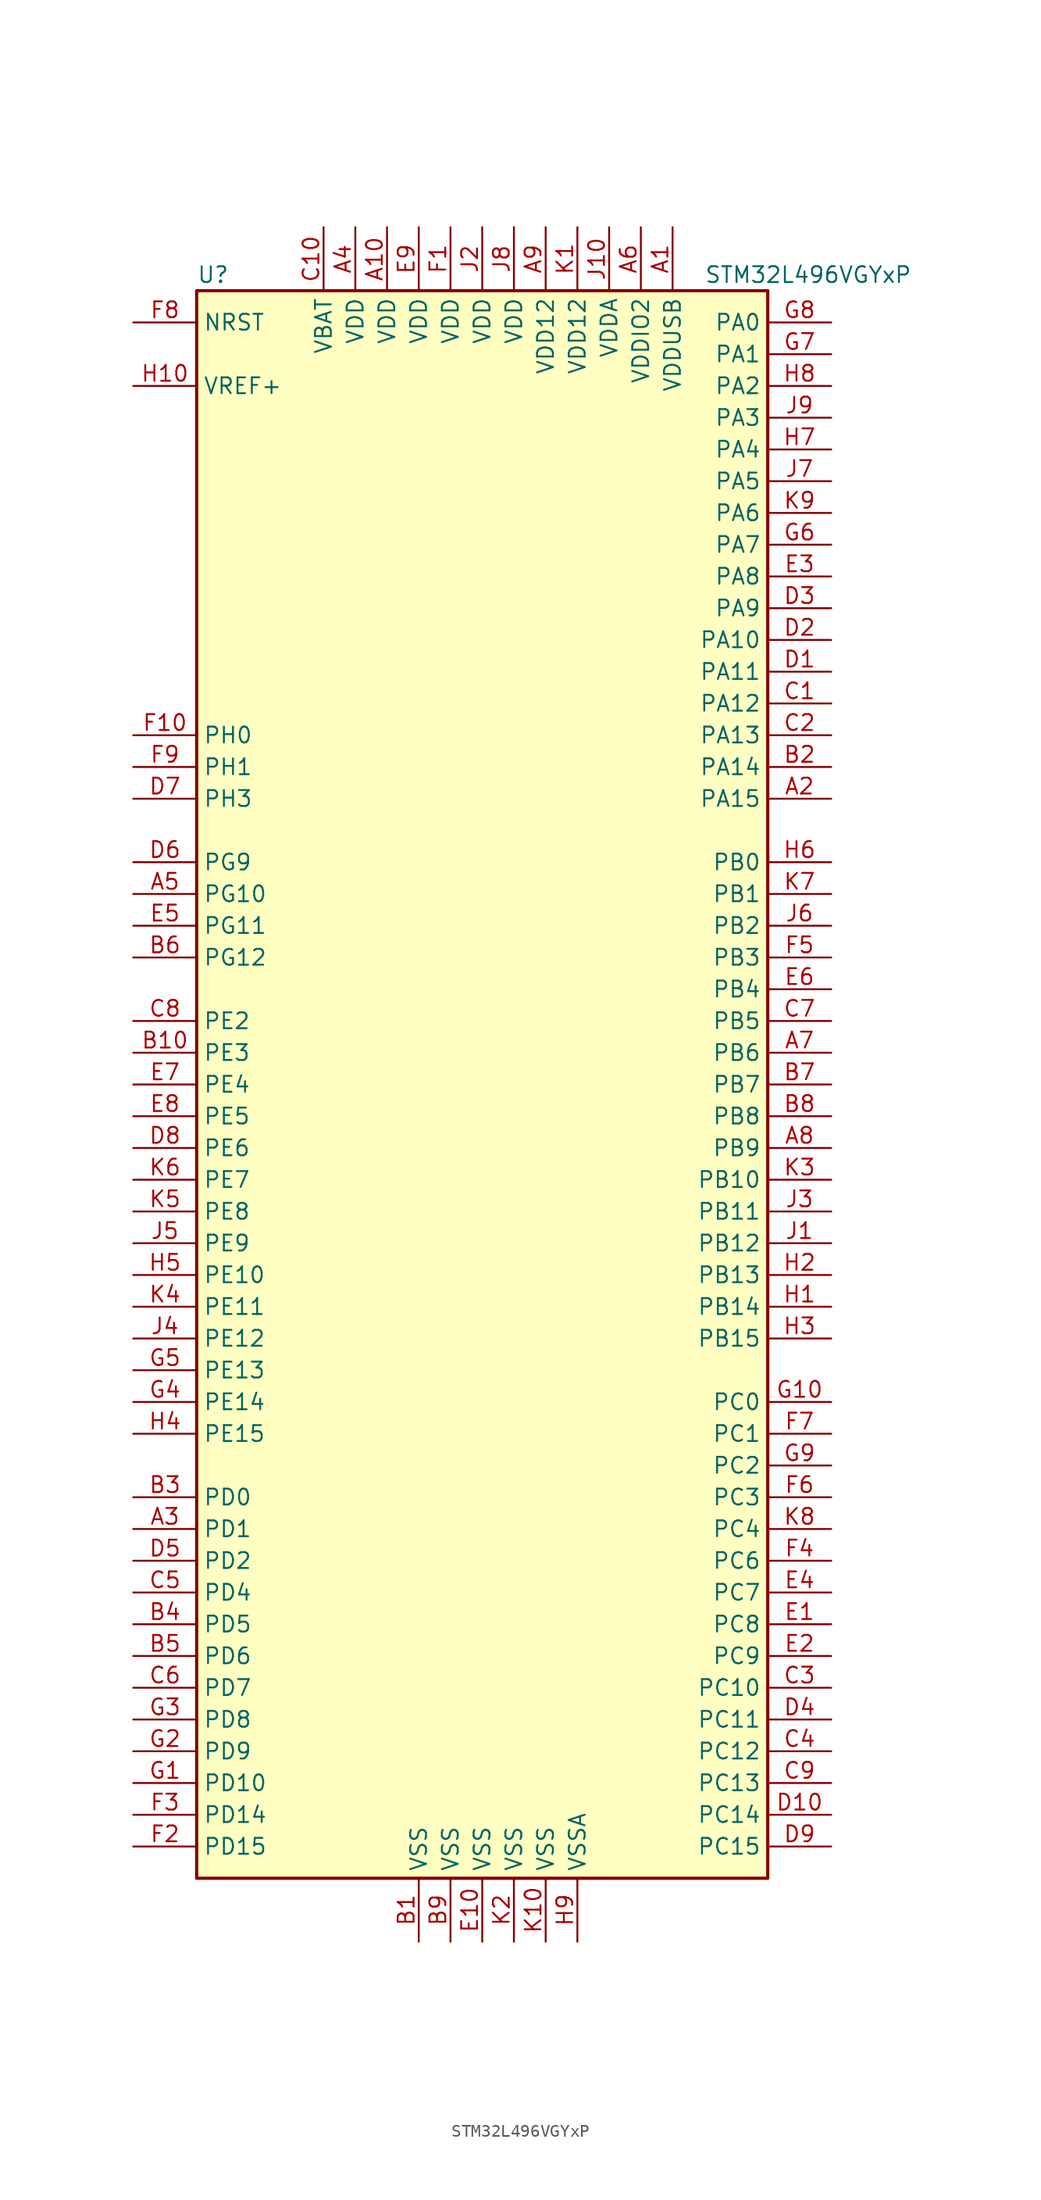
<source format=kicad_sym>
(kicad_symbol_lib
  (version 20201005)
  (generator kicad_symbol_editor)
  (symbol "STM32L496VGYxP"
    (property "Reference" "U"
      (at -22.86 64.77 0)
      (effects (font (size 1.27 1.27)) (justify left)))
    (property "Value" "STM32L496VGYxP"
      (at 17.78 64.77 0)
      (effects (font (size 1.27 1.27)) (justify left)))
    (symbol "STM32L496VGYxP_0_1"
      (rectangle (start -22.86 -63.5) (end 22.86 63.5) (stroke (width 0.254)) (fill (type background))))
    (symbol "STM32L496VGYxP_1_1"
      (pin power_in line (at 15.24 68.58 270) (length 5.08) (name "VDDUSB" (effects (font (size 1.27 1.27)))) (number "A1" (effects (font (size 1.27 1.27)))))
      (pin power_in line (at -7.62 68.58 270) (length 5.08) (name "VDD" (effects (font (size 1.27 1.27)))) (number "A10" (effects (font (size 1.27 1.27)))))
      (pin bidirectional line (at 27.94 22.86 180) (length 5.08) (name "PA15" (effects (font (size 1.27 1.27)))) (number "A2" (effects (font (size 1.27 1.27)))))
      (pin bidirectional line (at -27.94 -35.56 0) (length 5.08) (name "PD1" (effects (font (size 1.27 1.27)))) (number "A3" (effects (font (size 1.27 1.27)))))
      (pin power_in line (at -10.16 68.58 270) (length 5.08) (name "VDD" (effects (font (size 1.27 1.27)))) (number "A4" (effects (font (size 1.27 1.27)))))
      (pin bidirectional line (at -27.94 15.24 0) (length 5.08) (name "PG10" (effects (font (size 1.27 1.27)))) (number "A5" (effects (font (size 1.27 1.27)))))
      (pin power_in line (at 12.7 68.58 270) (length 5.08) (name "VDDIO2" (effects (font (size 1.27 1.27)))) (number "A6" (effects (font (size 1.27 1.27)))))
      (pin bidirectional line (at 27.94 2.54 180) (length 5.08) (name "PB6" (effects (font (size 1.27 1.27)))) (number "A7" (effects (font (size 1.27 1.27)))))
      (pin bidirectional line (at 27.94 -5.08 180) (length 5.08) (name "PB9" (effects (font (size 1.27 1.27)))) (number "A8" (effects (font (size 1.27 1.27)))))
      (pin power_in line (at 5.08 68.58 270) (length 5.08) (name "VDD12" (effects (font (size 1.27 1.27)))) (number "A9" (effects (font (size 1.27 1.27)))))
      (pin power_in line (at -5.08 -68.58 90) (length 5.08) (name "VSS" (effects (font (size 1.27 1.27)))) (number "B1" (effects (font (size 1.27 1.27)))))
      (pin bidirectional line (at -27.94 2.54 0) (length 5.08) (name "PE3" (effects (font (size 1.27 1.27)))) (number "B10" (effects (font (size 1.27 1.27)))))
      (pin bidirectional line (at 27.94 25.4 180) (length 5.08) (name "PA14" (effects (font (size 1.27 1.27)))) (number "B2" (effects (font (size 1.27 1.27)))))
      (pin bidirectional line (at -27.94 -33.02 0) (length 5.08) (name "PD0" (effects (font (size 1.27 1.27)))) (number "B3" (effects (font (size 1.27 1.27)))))
      (pin bidirectional line (at -27.94 -43.18 0) (length 5.08) (name "PD5" (effects (font (size 1.27 1.27)))) (number "B4" (effects (font (size 1.27 1.27)))))
      (pin bidirectional line (at -27.94 -45.72 0) (length 5.08) (name "PD6" (effects (font (size 1.27 1.27)))) (number "B5" (effects (font (size 1.27 1.27)))))
      (pin bidirectional line (at -27.94 10.16 0) (length 5.08) (name "PG12" (effects (font (size 1.27 1.27)))) (number "B6" (effects (font (size 1.27 1.27)))))
      (pin bidirectional line (at 27.94 0 180) (length 5.08) (name "PB7" (effects (font (size 1.27 1.27)))) (number "B7" (effects (font (size 1.27 1.27)))))
      (pin bidirectional line (at 27.94 -2.54 180) (length 5.08) (name "PB8" (effects (font (size 1.27 1.27)))) (number "B8" (effects (font (size 1.27 1.27)))))
      (pin power_in line (at -2.54 -68.58 90) (length 5.08) (name "VSS" (effects (font (size 1.27 1.27)))) (number "B9" (effects (font (size 1.27 1.27)))))
      (pin bidirectional line (at 27.94 30.48 180) (length 5.08) (name "PA12" (effects (font (size 1.27 1.27)))) (number "C1" (effects (font (size 1.27 1.27)))))
      (pin power_in line (at -12.7 68.58 270) (length 5.08) (name "VBAT" (effects (font (size 1.27 1.27)))) (number "C10" (effects (font (size 1.27 1.27)))))
      (pin bidirectional line (at 27.94 27.94 180) (length 5.08) (name "PA13" (effects (font (size 1.27 1.27)))) (number "C2" (effects (font (size 1.27 1.27)))))
      (pin bidirectional line (at 27.94 -48.26 180) (length 5.08) (name "PC10" (effects (font (size 1.27 1.27)))) (number "C3" (effects (font (size 1.27 1.27)))))
      (pin bidirectional line (at 27.94 -53.34 180) (length 5.08) (name "PC12" (effects (font (size 1.27 1.27)))) (number "C4" (effects (font (size 1.27 1.27)))))
      (pin bidirectional line (at -27.94 -40.64 0) (length 5.08) (name "PD4" (effects (font (size 1.27 1.27)))) (number "C5" (effects (font (size 1.27 1.27)))))
      (pin bidirectional line (at -27.94 -48.26 0) (length 5.08) (name "PD7" (effects (font (size 1.27 1.27)))) (number "C6" (effects (font (size 1.27 1.27)))))
      (pin bidirectional line (at 27.94 5.08 180) (length 5.08) (name "PB5" (effects (font (size 1.27 1.27)))) (number "C7" (effects (font (size 1.27 1.27)))))
      (pin bidirectional line (at -27.94 5.08 0) (length 5.08) (name "PE2" (effects (font (size 1.27 1.27)))) (number "C8" (effects (font (size 1.27 1.27)))))
      (pin bidirectional line (at 27.94 -55.88 180) (length 5.08) (name "PC13" (effects (font (size 1.27 1.27)))) (number "C9" (effects (font (size 1.27 1.27)))))
      (pin bidirectional line (at 27.94 33.02 180) (length 5.08) (name "PA11" (effects (font (size 1.27 1.27)))) (number "D1" (effects (font (size 1.27 1.27)))))
      (pin bidirectional line (at 27.94 -58.42 180) (length 5.08) (name "PC14" (effects (font (size 1.27 1.27)))) (number "D10" (effects (font (size 1.27 1.27)))))
      (pin bidirectional line (at 27.94 35.56 180) (length 5.08) (name "PA10" (effects (font (size 1.27 1.27)))) (number "D2" (effects (font (size 1.27 1.27)))))
      (pin bidirectional line (at 27.94 38.1 180) (length 5.08) (name "PA9" (effects (font (size 1.27 1.27)))) (number "D3" (effects (font (size 1.27 1.27)))))
      (pin bidirectional line (at 27.94 -50.8 180) (length 5.08) (name "PC11" (effects (font (size 1.27 1.27)))) (number "D4" (effects (font (size 1.27 1.27)))))
      (pin bidirectional line (at -27.94 -38.1 0) (length 5.08) (name "PD2" (effects (font (size 1.27 1.27)))) (number "D5" (effects (font (size 1.27 1.27)))))
      (pin bidirectional line (at -27.94 17.78 0) (length 5.08) (name "PG9" (effects (font (size 1.27 1.27)))) (number "D6" (effects (font (size 1.27 1.27)))))
      (pin bidirectional line (at -27.94 22.86 0) (length 5.08) (name "PH3" (effects (font (size 1.27 1.27)))) (number "D7" (effects (font (size 1.27 1.27)))))
      (pin bidirectional line (at -27.94 -5.08 0) (length 5.08) (name "PE6" (effects (font (size 1.27 1.27)))) (number "D8" (effects (font (size 1.27 1.27)))))
      (pin bidirectional line (at 27.94 -60.96 180) (length 5.08) (name "PC15" (effects (font (size 1.27 1.27)))) (number "D9" (effects (font (size 1.27 1.27)))))
      (pin bidirectional line (at 27.94 -43.18 180) (length 5.08) (name "PC8" (effects (font (size 1.27 1.27)))) (number "E1" (effects (font (size 1.27 1.27)))))
      (pin power_in line (at 0 -68.58 90) (length 5.08) (name "VSS" (effects (font (size 1.27 1.27)))) (number "E10" (effects (font (size 1.27 1.27)))))
      (pin bidirectional line (at 27.94 -45.72 180) (length 5.08) (name "PC9" (effects (font (size 1.27 1.27)))) (number "E2" (effects (font (size 1.27 1.27)))))
      (pin bidirectional line (at 27.94 40.64 180) (length 5.08) (name "PA8" (effects (font (size 1.27 1.27)))) (number "E3" (effects (font (size 1.27 1.27)))))
      (pin bidirectional line (at 27.94 -40.64 180) (length 5.08) (name "PC7" (effects (font (size 1.27 1.27)))) (number "E4" (effects (font (size 1.27 1.27)))))
      (pin bidirectional line (at -27.94 12.7 0) (length 5.08) (name "PG11" (effects (font (size 1.27 1.27)))) (number "E5" (effects (font (size 1.27 1.27)))))
      (pin bidirectional line (at 27.94 7.62 180) (length 5.08) (name "PB4" (effects (font (size 1.27 1.27)))) (number "E6" (effects (font (size 1.27 1.27)))))
      (pin bidirectional line (at -27.94 0 0) (length 5.08) (name "PE4" (effects (font (size 1.27 1.27)))) (number "E7" (effects (font (size 1.27 1.27)))))
      (pin bidirectional line (at -27.94 -2.54 0) (length 5.08) (name "PE5" (effects (font (size 1.27 1.27)))) (number "E8" (effects (font (size 1.27 1.27)))))
      (pin power_in line (at -5.08 68.58 270) (length 5.08) (name "VDD" (effects (font (size 1.27 1.27)))) (number "E9" (effects (font (size 1.27 1.27)))))
      (pin power_in line (at -2.54 68.58 270) (length 5.08) (name "VDD" (effects (font (size 1.27 1.27)))) (number "F1" (effects (font (size 1.27 1.27)))))
      (pin input line (at -27.94 27.94 0) (length 5.08) (name "PH0" (effects (font (size 1.27 1.27)))) (number "F10" (effects (font (size 1.27 1.27)))))
      (pin bidirectional line (at -27.94 -60.96 0) (length 5.08) (name "PD15" (effects (font (size 1.27 1.27)))) (number "F2" (effects (font (size 1.27 1.27)))))
      (pin bidirectional line (at -27.94 -58.42 0) (length 5.08) (name "PD14" (effects (font (size 1.27 1.27)))) (number "F3" (effects (font (size 1.27 1.27)))))
      (pin bidirectional line (at 27.94 -38.1 180) (length 5.08) (name "PC6" (effects (font (size 1.27 1.27)))) (number "F4" (effects (font (size 1.27 1.27)))))
      (pin bidirectional line (at 27.94 10.16 180) (length 5.08) (name "PB3" (effects (font (size 1.27 1.27)))) (number "F5" (effects (font (size 1.27 1.27)))))
      (pin bidirectional line (at 27.94 -33.02 180) (length 5.08) (name "PC3" (effects (font (size 1.27 1.27)))) (number "F6" (effects (font (size 1.27 1.27)))))
      (pin bidirectional line (at 27.94 -27.94 180) (length 5.08) (name "PC1" (effects (font (size 1.27 1.27)))) (number "F7" (effects (font (size 1.27 1.27)))))
      (pin input line (at -27.94 60.96 0) (length 5.08) (name "NRST" (effects (font (size 1.27 1.27)))) (number "F8" (effects (font (size 1.27 1.27)))))
      (pin input line (at -27.94 25.4 0) (length 5.08) (name "PH1" (effects (font (size 1.27 1.27)))) (number "F9" (effects (font (size 1.27 1.27)))))
      (pin bidirectional line (at -27.94 -55.88 0) (length 5.08) (name "PD10" (effects (font (size 1.27 1.27)))) (number "G1" (effects (font (size 1.27 1.27)))))
      (pin bidirectional line (at 27.94 -25.4 180) (length 5.08) (name "PC0" (effects (font (size 1.27 1.27)))) (number "G10" (effects (font (size 1.27 1.27)))))
      (pin bidirectional line (at -27.94 -53.34 0) (length 5.08) (name "PD9" (effects (font (size 1.27 1.27)))) (number "G2" (effects (font (size 1.27 1.27)))))
      (pin bidirectional line (at -27.94 -50.8 0) (length 5.08) (name "PD8" (effects (font (size 1.27 1.27)))) (number "G3" (effects (font (size 1.27 1.27)))))
      (pin bidirectional line (at -27.94 -25.4 0) (length 5.08) (name "PE14" (effects (font (size 1.27 1.27)))) (number "G4" (effects (font (size 1.27 1.27)))))
      (pin bidirectional line (at -27.94 -22.86 0) (length 5.08) (name "PE13" (effects (font (size 1.27 1.27)))) (number "G5" (effects (font (size 1.27 1.27)))))
      (pin bidirectional line (at 27.94 43.18 180) (length 5.08) (name "PA7" (effects (font (size 1.27 1.27)))) (number "G6" (effects (font (size 1.27 1.27)))))
      (pin bidirectional line (at 27.94 58.42 180) (length 5.08) (name "PA1" (effects (font (size 1.27 1.27)))) (number "G7" (effects (font (size 1.27 1.27)))))
      (pin bidirectional line (at 27.94 60.96 180) (length 5.08) (name "PA0" (effects (font (size 1.27 1.27)))) (number "G8" (effects (font (size 1.27 1.27)))))
      (pin bidirectional line (at 27.94 -30.48 180) (length 5.08) (name "PC2" (effects (font (size 1.27 1.27)))) (number "G9" (effects (font (size 1.27 1.27)))))
      (pin bidirectional line (at 27.94 -17.78 180) (length 5.08) (name "PB14" (effects (font (size 1.27 1.27)))) (number "H1" (effects (font (size 1.27 1.27)))))
      (pin bidirectional line (at -27.94 55.88 0) (length 5.08) (name "VREF+" (effects (font (size 1.27 1.27)))) (number "H10" (effects (font (size 1.27 1.27)))))
      (pin bidirectional line (at 27.94 -15.24 180) (length 5.08) (name "PB13" (effects (font (size 1.27 1.27)))) (number "H2" (effects (font (size 1.27 1.27)))))
      (pin bidirectional line (at 27.94 -20.32 180) (length 5.08) (name "PB15" (effects (font (size 1.27 1.27)))) (number "H3" (effects (font (size 1.27 1.27)))))
      (pin bidirectional line (at -27.94 -27.94 0) (length 5.08) (name "PE15" (effects (font (size 1.27 1.27)))) (number "H4" (effects (font (size 1.27 1.27)))))
      (pin bidirectional line (at -27.94 -15.24 0) (length 5.08) (name "PE10" (effects (font (size 1.27 1.27)))) (number "H5" (effects (font (size 1.27 1.27)))))
      (pin bidirectional line (at 27.94 17.78 180) (length 5.08) (name "PB0" (effects (font (size 1.27 1.27)))) (number "H6" (effects (font (size 1.27 1.27)))))
      (pin bidirectional line (at 27.94 50.8 180) (length 5.08) (name "PA4" (effects (font (size 1.27 1.27)))) (number "H7" (effects (font (size 1.27 1.27)))))
      (pin bidirectional line (at 27.94 55.88 180) (length 5.08) (name "PA2" (effects (font (size 1.27 1.27)))) (number "H8" (effects (font (size 1.27 1.27)))))
      (pin power_in line (at 7.62 -68.58 90) (length 5.08) (name "VSSA" (effects (font (size 1.27 1.27)))) (number "H9" (effects (font (size 1.27 1.27)))))
      (pin bidirectional line (at 27.94 -12.7 180) (length 5.08) (name "PB12" (effects (font (size 1.27 1.27)))) (number "J1" (effects (font (size 1.27 1.27)))))
      (pin power_in line (at 10.16 68.58 270) (length 5.08) (name "VDDA" (effects (font (size 1.27 1.27)))) (number "J10" (effects (font (size 1.27 1.27)))))
      (pin power_in line (at 0 68.58 270) (length 5.08) (name "VDD" (effects (font (size 1.27 1.27)))) (number "J2" (effects (font (size 1.27 1.27)))))
      (pin bidirectional line (at 27.94 -10.16 180) (length 5.08) (name "PB11" (effects (font (size 1.27 1.27)))) (number "J3" (effects (font (size 1.27 1.27)))))
      (pin bidirectional line (at -27.94 -20.32 0) (length 5.08) (name "PE12" (effects (font (size 1.27 1.27)))) (number "J4" (effects (font (size 1.27 1.27)))))
      (pin bidirectional line (at -27.94 -12.7 0) (length 5.08) (name "PE9" (effects (font (size 1.27 1.27)))) (number "J5" (effects (font (size 1.27 1.27)))))
      (pin bidirectional line (at 27.94 12.7 180) (length 5.08) (name "PB2" (effects (font (size 1.27 1.27)))) (number "J6" (effects (font (size 1.27 1.27)))))
      (pin bidirectional line (at 27.94 48.26 180) (length 5.08) (name "PA5" (effects (font (size 1.27 1.27)))) (number "J7" (effects (font (size 1.27 1.27)))))
      (pin power_in line (at 2.54 68.58 270) (length 5.08) (name "VDD" (effects (font (size 1.27 1.27)))) (number "J8" (effects (font (size 1.27 1.27)))))
      (pin bidirectional line (at 27.94 53.34 180) (length 5.08) (name "PA3" (effects (font (size 1.27 1.27)))) (number "J9" (effects (font (size 1.27 1.27)))))
      (pin power_in line (at 7.62 68.58 270) (length 5.08) (name "VDD12" (effects (font (size 1.27 1.27)))) (number "K1" (effects (font (size 1.27 1.27)))))
      (pin power_in line (at 5.08 -68.58 90) (length 5.08) (name "VSS" (effects (font (size 1.27 1.27)))) (number "K10" (effects (font (size 1.27 1.27)))))
      (pin power_in line (at 2.54 -68.58 90) (length 5.08) (name "VSS" (effects (font (size 1.27 1.27)))) (number "K2" (effects (font (size 1.27 1.27)))))
      (pin bidirectional line (at 27.94 -7.62 180) (length 5.08) (name "PB10" (effects (font (size 1.27 1.27)))) (number "K3" (effects (font (size 1.27 1.27)))))
      (pin bidirectional line (at -27.94 -17.78 0) (length 5.08) (name "PE11" (effects (font (size 1.27 1.27)))) (number "K4" (effects (font (size 1.27 1.27)))))
      (pin bidirectional line (at -27.94 -10.16 0) (length 5.08) (name "PE8" (effects (font (size 1.27 1.27)))) (number "K5" (effects (font (size 1.27 1.27)))))
      (pin bidirectional line (at -27.94 -7.62 0) (length 5.08) (name "PE7" (effects (font (size 1.27 1.27)))) (number "K6" (effects (font (size 1.27 1.27)))))
      (pin bidirectional line (at 27.94 15.24 180) (length 5.08) (name "PB1" (effects (font (size 1.27 1.27)))) (number "K7" (effects (font (size 1.27 1.27)))))
      (pin bidirectional line (at 27.94 -35.56 180) (length 5.08) (name "PC4" (effects (font (size 1.27 1.27)))) (number "K8" (effects (font (size 1.27 1.27)))))
      (pin bidirectional line (at 27.94 45.72 180) (length 5.08) (name "PA6" (effects (font (size 1.27 1.27)))) (number "K9" (effects (font (size 1.27 1.27))))))))
</source>
